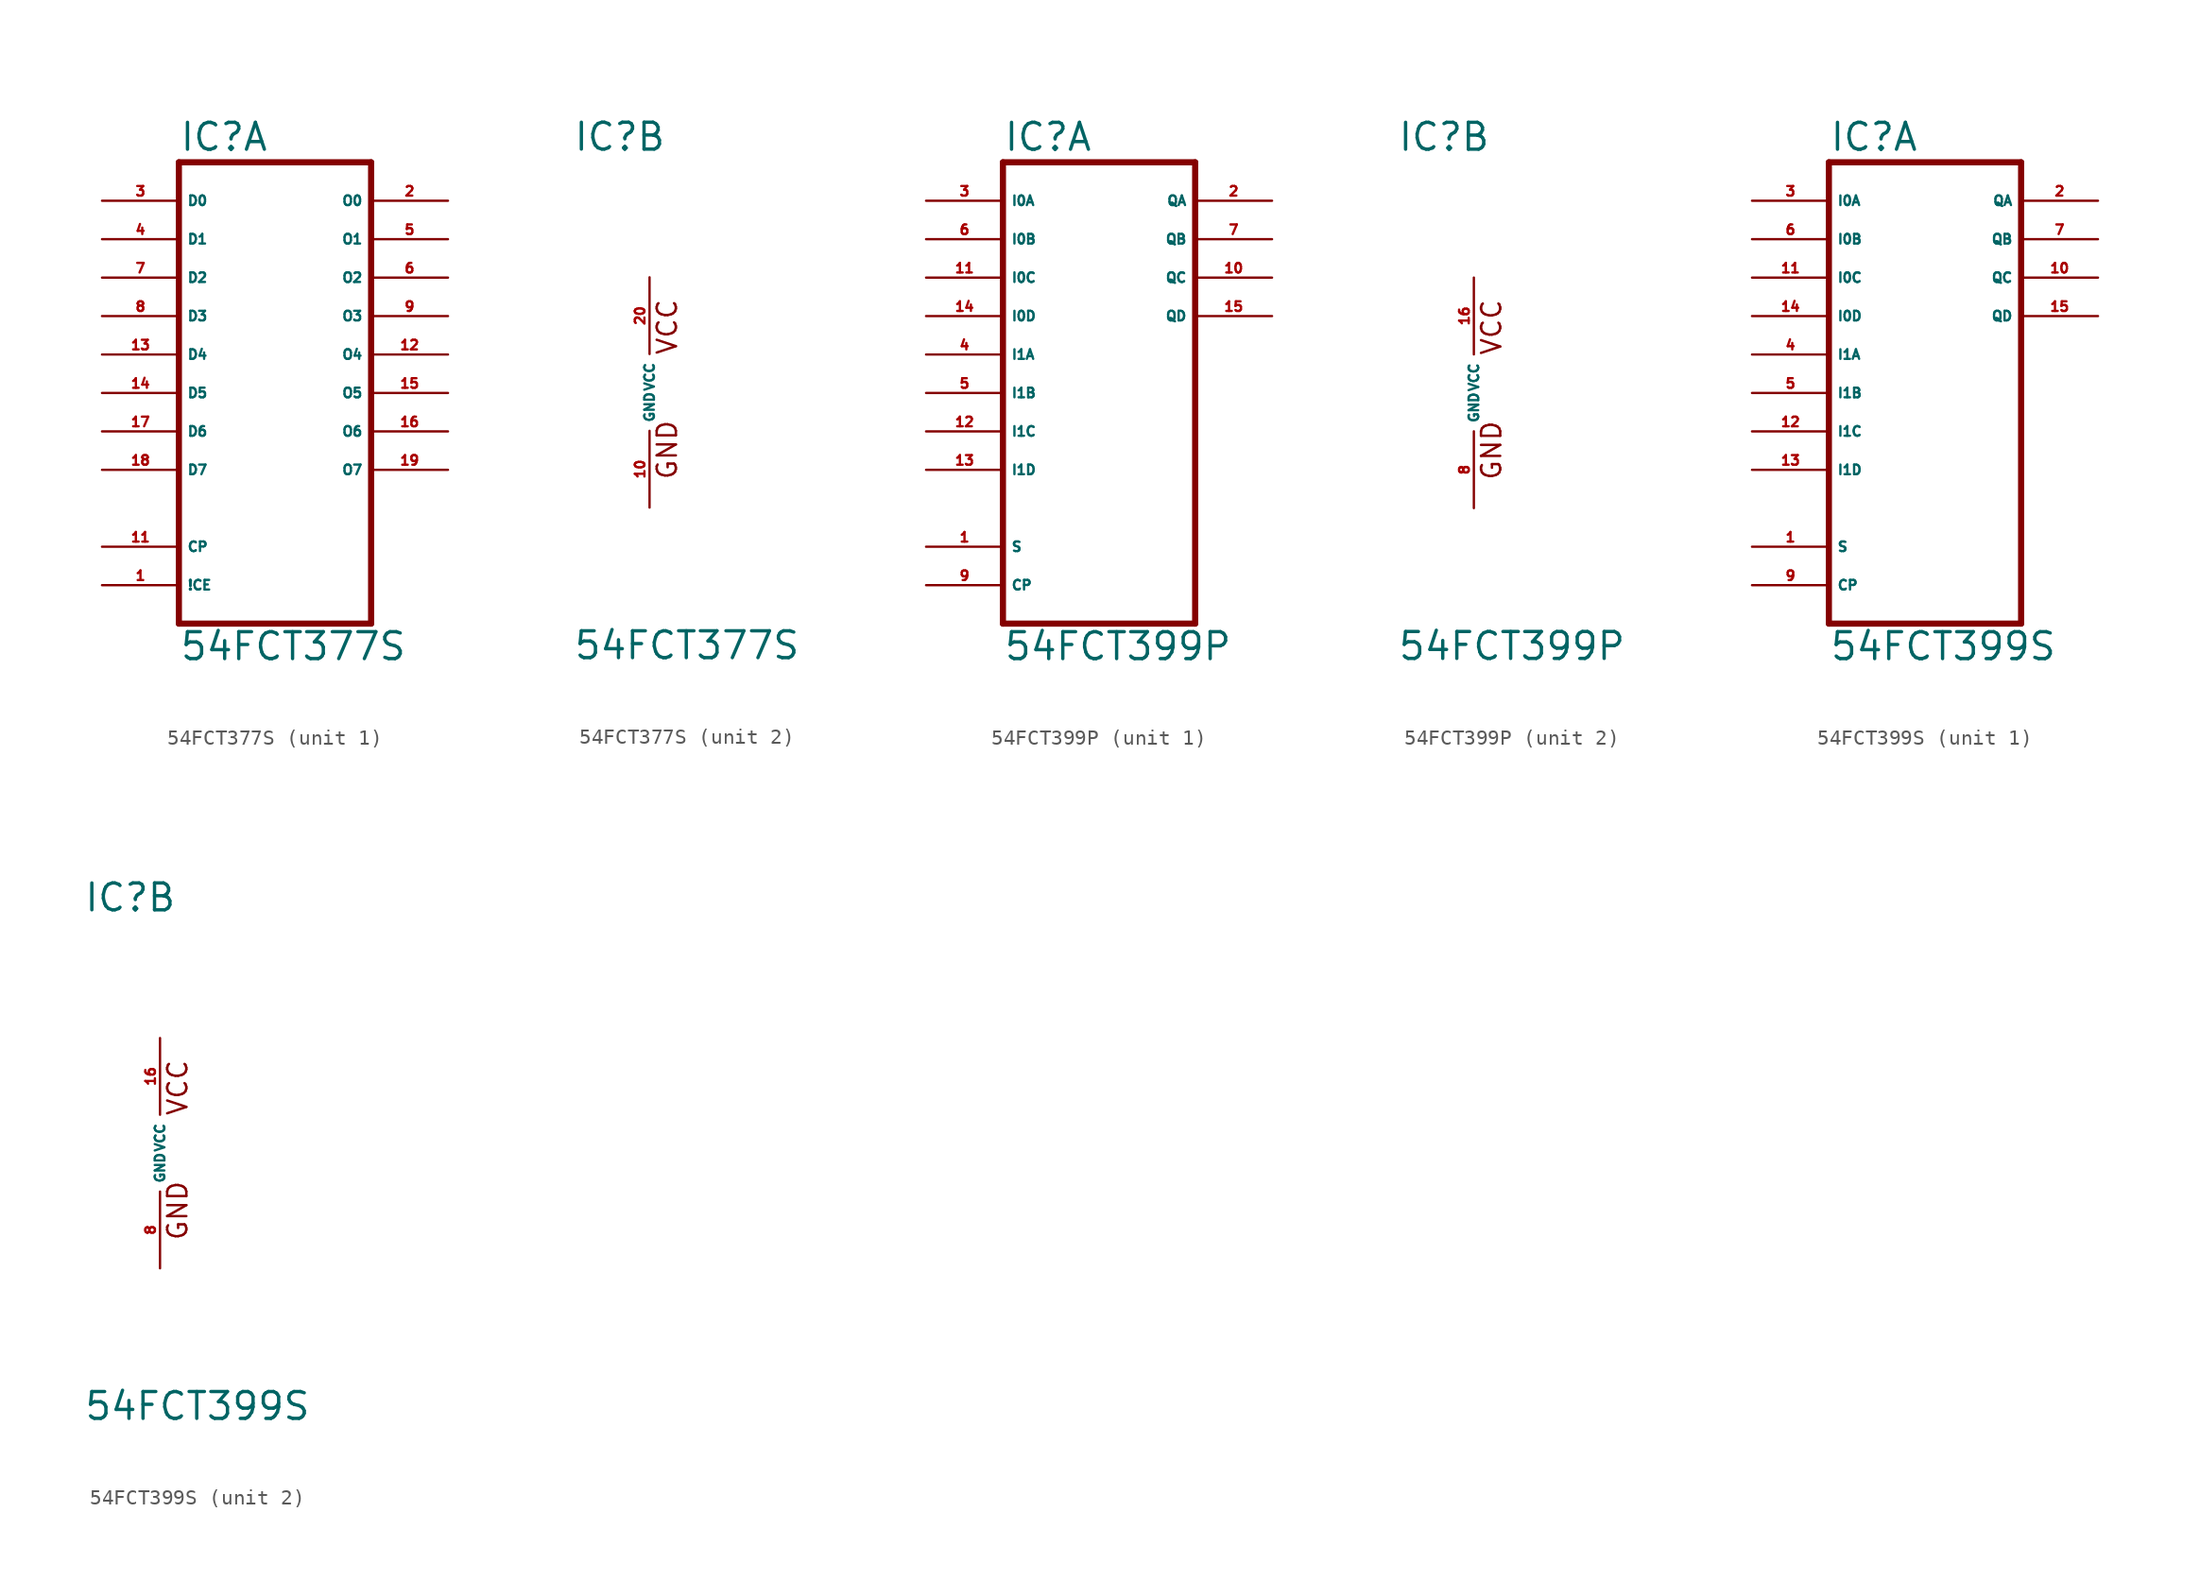
<source format=kicad_sym>
(kicad_symbol_lib
  (version 20220914)
  (generator Eagle2Kicad)
  (symbol "54FCT377S"
    (property "Reference" "IC"
      (at -5.08 15.875 0)
      (effects (font (size 1.778 1.778) (thickness 0.22)) (justify left bottom)))
    (property "Value" "54FCT377S"
      (at -5.08 -17.78 0)
      (effects (font (size 1.778 1.778) (thickness 0.22)) (justify left bottom)))
    (symbol "54FCT377S_1_0"
      (polyline (pts (xy -5.08 -15.24) (xy 7.62 -15.24)) (stroke (width 0.406) (type default)) (fill (type none)))
      (polyline (pts (xy 7.62 -15.24) (xy 7.62 15.24)) (stroke (width 0.406) (type default)) (fill (type none)))
      (polyline (pts (xy 7.62 15.24) (xy -5.08 15.24)) (stroke (width 0.406) (type default)) (fill (type none)))
      (polyline (pts (xy -5.08 15.24) (xy -5.08 -15.24)) (stroke (width 0.406) (type default)) (fill (type none)))
      (pin input line (at -10.16 12.7 0) (length 5.08) (name "D0" (effects (font (size 0.635 0.635) (thickness 0.08)) (justify left bottom))) (number "3" (effects (font (size 0.635 0.635) (thickness 0.08)) (justify left bottom))))
      (pin input line (at -10.16 10.16 0) (length 5.08) (name "D1" (effects (font (size 0.635 0.635) (thickness 0.08)) (justify left bottom))) (number "4" (effects (font (size 0.635 0.635) (thickness 0.08)) (justify left bottom))))
      (pin input line (at -10.16 7.62 0) (length 5.08) (name "D2" (effects (font (size 0.635 0.635) (thickness 0.08)) (justify left bottom))) (number "7" (effects (font (size 0.635 0.635) (thickness 0.08)) (justify left bottom))))
      (pin input line (at -10.16 5.08 0) (length 5.08) (name "D3" (effects (font (size 0.635 0.635) (thickness 0.08)) (justify left bottom))) (number "8" (effects (font (size 0.635 0.635) (thickness 0.08)) (justify left bottom))))
      (pin input line (at -10.16 2.54 0) (length 5.08) (name "D4" (effects (font (size 0.635 0.635) (thickness 0.08)) (justify left bottom))) (number "13" (effects (font (size 0.635 0.635) (thickness 0.08)) (justify left bottom))))
      (pin input line (at -10.16 0 0) (length 5.08) (name "D5" (effects (font (size 0.635 0.635) (thickness 0.08)) (justify left bottom))) (number "14" (effects (font (size 0.635 0.635) (thickness 0.08)) (justify left bottom))))
      (pin input line (at -10.16 -2.54 0) (length 5.08) (name "D6" (effects (font (size 0.635 0.635) (thickness 0.08)) (justify left bottom))) (number "17" (effects (font (size 0.635 0.635) (thickness 0.08)) (justify left bottom))))
      (pin input line (at -10.16 -5.08 0) (length 5.08) (name "D7" (effects (font (size 0.635 0.635) (thickness 0.08)) (justify left bottom))) (number "18" (effects (font (size 0.635 0.635) (thickness 0.08)) (justify left bottom))))
      (pin input line (at -10.16 -10.16 0) (length 5.08) (name "CP" (effects (font (size 0.635 0.635) (thickness 0.08)) (justify left bottom))) (number "11" (effects (font (size 0.635 0.635) (thickness 0.08)) (justify left bottom))))
      (pin input line (at -10.16 -12.7 0) (length 5.08) (name "!CE" (effects (font (size 0.635 0.635) (thickness 0.08)) (justify left bottom))) (number "1" (effects (font (size 0.635 0.635) (thickness 0.08)) (justify left bottom))))
      (pin output line (at 12.7 12.7 180) (length 5.08) (name "O0" (effects (font (size 0.635 0.635) (thickness 0.08)) (justify left bottom))) (number "2" (effects (font (size 0.635 0.635) (thickness 0.08)) (justify left bottom))))
      (pin output line (at 12.7 10.16 180) (length 5.08) (name "O1" (effects (font (size 0.635 0.635) (thickness 0.08)) (justify left bottom))) (number "5" (effects (font (size 0.635 0.635) (thickness 0.08)) (justify left bottom))))
      (pin output line (at 12.7 7.62 180) (length 5.08) (name "O2" (effects (font (size 0.635 0.635) (thickness 0.08)) (justify left bottom))) (number "6" (effects (font (size 0.635 0.635) (thickness 0.08)) (justify left bottom))))
      (pin output line (at 12.7 5.08 180) (length 5.08) (name "O3" (effects (font (size 0.635 0.635) (thickness 0.08)) (justify left bottom))) (number "9" (effects (font (size 0.635 0.635) (thickness 0.08)) (justify left bottom))))
      (pin output line (at 12.7 2.54 180) (length 5.08) (name "O4" (effects (font (size 0.635 0.635) (thickness 0.08)) (justify left bottom))) (number "12" (effects (font (size 0.635 0.635) (thickness 0.08)) (justify left bottom))))
      (pin output line (at 12.7 0 180) (length 5.08) (name "O5" (effects (font (size 0.635 0.635) (thickness 0.08)) (justify left bottom))) (number "15" (effects (font (size 0.635 0.635) (thickness 0.08)) (justify left bottom))))
      (pin output line (at 12.7 -2.54 180) (length 5.08) (name "O6" (effects (font (size 0.635 0.635) (thickness 0.08)) (justify left bottom))) (number "16" (effects (font (size 0.635 0.635) (thickness 0.08)) (justify left bottom))))
      (pin output line (at 12.7 -5.08 180) (length 5.08) (name "O7" (effects (font (size 0.635 0.635) (thickness 0.08)) (justify left bottom))) (number "19" (effects (font (size 0.635 0.635) (thickness 0.08)) (justify left bottom)))))
    (symbol "54FCT377S_2_0"
      (text "GND" (at 1.905 -5.842 900) (effects (font (size 1.27 1.27) (thickness 0.16)) (justify left bottom)))
      (text "VCC" (at 1.905 2.413 900) (effects (font (size 1.27 1.27) (thickness 0.16)) (justify left bottom)))
      (pin unspecified line (at 0 7.62 270) (length 5.08) (name "VCC" (effects (font (size 0.635 0.635) (thickness 0.08)) (justify left bottom))) (number "20" (effects (font (size 0.635 0.635) (thickness 0.08)) (justify left bottom))))
      (pin unspecified line (at 0 -7.62 90) (length 5.08) (name "GND" (effects (font (size 0.635 0.635) (thickness 0.08)) (justify left bottom))) (number "10" (effects (font (size 0.635 0.635) (thickness 0.08)) (justify left bottom))))))
  (symbol "54FCT399P"
    (property "Reference" "IC"
      (at -5.08 15.875 0)
      (effects (font (size 1.778 1.778) (thickness 0.22)) (justify left bottom)))
    (property "Value" "54FCT399P"
      (at -5.08 -17.78 0)
      (effects (font (size 1.778 1.778) (thickness 0.22)) (justify left bottom)))
    (symbol "54FCT399P_1_0"
      (polyline (pts (xy -5.08 -15.24) (xy 7.62 -15.24)) (stroke (width 0.406) (type default)) (fill (type none)))
      (polyline (pts (xy 7.62 -15.24) (xy 7.62 15.24)) (stroke (width 0.406) (type default)) (fill (type none)))
      (polyline (pts (xy 7.62 15.24) (xy -5.08 15.24)) (stroke (width 0.406) (type default)) (fill (type none)))
      (polyline (pts (xy -5.08 15.24) (xy -5.08 -15.24)) (stroke (width 0.406) (type default)) (fill (type none)))
      (pin input line (at -10.16 12.7 0) (length 5.08) (name "I0A" (effects (font (size 0.635 0.635) (thickness 0.08)) (justify left bottom))) (number "3" (effects (font (size 0.635 0.635) (thickness 0.08)) (justify left bottom))))
      (pin input line (at -10.16 10.16 0) (length 5.08) (name "I0B" (effects (font (size 0.635 0.635) (thickness 0.08)) (justify left bottom))) (number "6" (effects (font (size 0.635 0.635) (thickness 0.08)) (justify left bottom))))
      (pin input line (at -10.16 7.62 0) (length 5.08) (name "I0C" (effects (font (size 0.635 0.635) (thickness 0.08)) (justify left bottom))) (number "11" (effects (font (size 0.635 0.635) (thickness 0.08)) (justify left bottom))))
      (pin input line (at -10.16 5.08 0) (length 5.08) (name "I0D" (effects (font (size 0.635 0.635) (thickness 0.08)) (justify left bottom))) (number "14" (effects (font (size 0.635 0.635) (thickness 0.08)) (justify left bottom))))
      (pin input line (at -10.16 2.54 0) (length 5.08) (name "I1A" (effects (font (size 0.635 0.635) (thickness 0.08)) (justify left bottom))) (number "4" (effects (font (size 0.635 0.635) (thickness 0.08)) (justify left bottom))))
      (pin input line (at -10.16 0 0) (length 5.08) (name "I1B" (effects (font (size 0.635 0.635) (thickness 0.08)) (justify left bottom))) (number "5" (effects (font (size 0.635 0.635) (thickness 0.08)) (justify left bottom))))
      (pin input line (at -10.16 -2.54 0) (length 5.08) (name "I1C" (effects (font (size 0.635 0.635) (thickness 0.08)) (justify left bottom))) (number "12" (effects (font (size 0.635 0.635) (thickness 0.08)) (justify left bottom))))
      (pin input line (at -10.16 -5.08 0) (length 5.08) (name "I1D" (effects (font (size 0.635 0.635) (thickness 0.08)) (justify left bottom))) (number "13" (effects (font (size 0.635 0.635) (thickness 0.08)) (justify left bottom))))
      (pin input line (at -10.16 -10.16 0) (length 5.08) (name "S" (effects (font (size 0.635 0.635) (thickness 0.08)) (justify left bottom))) (number "1" (effects (font (size 0.635 0.635) (thickness 0.08)) (justify left bottom))))
      (pin input line (at -10.16 -12.7 0) (length 5.08) (name "CP" (effects (font (size 0.635 0.635) (thickness 0.08)) (justify left bottom))) (number "9" (effects (font (size 0.635 0.635) (thickness 0.08)) (justify left bottom))))
      (pin output line (at 12.7 12.7 180) (length 5.08) (name "QA" (effects (font (size 0.635 0.635) (thickness 0.08)) (justify left bottom))) (number "2" (effects (font (size 0.635 0.635) (thickness 0.08)) (justify left bottom))))
      (pin output line (at 12.7 10.16 180) (length 5.08) (name "QB" (effects (font (size 0.635 0.635) (thickness 0.08)) (justify left bottom))) (number "7" (effects (font (size 0.635 0.635) (thickness 0.08)) (justify left bottom))))
      (pin output line (at 12.7 7.62 180) (length 5.08) (name "QC" (effects (font (size 0.635 0.635) (thickness 0.08)) (justify left bottom))) (number "10" (effects (font (size 0.635 0.635) (thickness 0.08)) (justify left bottom))))
      (pin output line (at 12.7 5.08 180) (length 5.08) (name "QD" (effects (font (size 0.635 0.635) (thickness 0.08)) (justify left bottom))) (number "15" (effects (font (size 0.635 0.635) (thickness 0.08)) (justify left bottom)))))
    (symbol "54FCT399P_2_0"
      (text "GND" (at 1.905 -5.842 900) (effects (font (size 1.27 1.27) (thickness 0.16)) (justify left bottom)))
      (text "VCC" (at 1.905 2.413 900) (effects (font (size 1.27 1.27) (thickness 0.16)) (justify left bottom)))
      (pin unspecified line (at 0 7.62 270) (length 5.08) (name "VCC" (effects (font (size 0.635 0.635) (thickness 0.08)) (justify left bottom))) (number "16" (effects (font (size 0.635 0.635) (thickness 0.08)) (justify left bottom))))
      (pin unspecified line (at 0 -7.62 90) (length 5.08) (name "GND" (effects (font (size 0.635 0.635) (thickness 0.08)) (justify left bottom))) (number "8" (effects (font (size 0.635 0.635) (thickness 0.08)) (justify left bottom))))))
  (symbol "54FCT399S"
    (property "Reference" "IC"
      (at -5.08 15.875 0)
      (effects (font (size 1.778 1.778) (thickness 0.22)) (justify left bottom)))
    (property "Value" "54FCT399S"
      (at -5.08 -17.78 0)
      (effects (font (size 1.778 1.778) (thickness 0.22)) (justify left bottom)))
    (symbol "54FCT399S_1_0"
      (polyline (pts (xy -5.08 -15.24) (xy 7.62 -15.24)) (stroke (width 0.406) (type default)) (fill (type none)))
      (polyline (pts (xy 7.62 -15.24) (xy 7.62 15.24)) (stroke (width 0.406) (type default)) (fill (type none)))
      (polyline (pts (xy 7.62 15.24) (xy -5.08 15.24)) (stroke (width 0.406) (type default)) (fill (type none)))
      (polyline (pts (xy -5.08 15.24) (xy -5.08 -15.24)) (stroke (width 0.406) (type default)) (fill (type none)))
      (pin input line (at -10.16 12.7 0) (length 5.08) (name "I0A" (effects (font (size 0.635 0.635) (thickness 0.08)) (justify left bottom))) (number "3" (effects (font (size 0.635 0.635) (thickness 0.08)) (justify left bottom))))
      (pin input line (at -10.16 10.16 0) (length 5.08) (name "I0B" (effects (font (size 0.635 0.635) (thickness 0.08)) (justify left bottom))) (number "6" (effects (font (size 0.635 0.635) (thickness 0.08)) (justify left bottom))))
      (pin input line (at -10.16 7.62 0) (length 5.08) (name "I0C" (effects (font (size 0.635 0.635) (thickness 0.08)) (justify left bottom))) (number "11" (effects (font (size 0.635 0.635) (thickness 0.08)) (justify left bottom))))
      (pin input line (at -10.16 5.08 0) (length 5.08) (name "I0D" (effects (font (size 0.635 0.635) (thickness 0.08)) (justify left bottom))) (number "14" (effects (font (size 0.635 0.635) (thickness 0.08)) (justify left bottom))))
      (pin input line (at -10.16 2.54 0) (length 5.08) (name "I1A" (effects (font (size 0.635 0.635) (thickness 0.08)) (justify left bottom))) (number "4" (effects (font (size 0.635 0.635) (thickness 0.08)) (justify left bottom))))
      (pin input line (at -10.16 0 0) (length 5.08) (name "I1B" (effects (font (size 0.635 0.635) (thickness 0.08)) (justify left bottom))) (number "5" (effects (font (size 0.635 0.635) (thickness 0.08)) (justify left bottom))))
      (pin input line (at -10.16 -2.54 0) (length 5.08) (name "I1C" (effects (font (size 0.635 0.635) (thickness 0.08)) (justify left bottom))) (number "12" (effects (font (size 0.635 0.635) (thickness 0.08)) (justify left bottom))))
      (pin input line (at -10.16 -5.08 0) (length 5.08) (name "I1D" (effects (font (size 0.635 0.635) (thickness 0.08)) (justify left bottom))) (number "13" (effects (font (size 0.635 0.635) (thickness 0.08)) (justify left bottom))))
      (pin input line (at -10.16 -10.16 0) (length 5.08) (name "S" (effects (font (size 0.635 0.635) (thickness 0.08)) (justify left bottom))) (number "1" (effects (font (size 0.635 0.635) (thickness 0.08)) (justify left bottom))))
      (pin input line (at -10.16 -12.7 0) (length 5.08) (name "CP" (effects (font (size 0.635 0.635) (thickness 0.08)) (justify left bottom))) (number "9" (effects (font (size 0.635 0.635) (thickness 0.08)) (justify left bottom))))
      (pin output line (at 12.7 12.7 180) (length 5.08) (name "QA" (effects (font (size 0.635 0.635) (thickness 0.08)) (justify left bottom))) (number "2" (effects (font (size 0.635 0.635) (thickness 0.08)) (justify left bottom))))
      (pin output line (at 12.7 10.16 180) (length 5.08) (name "QB" (effects (font (size 0.635 0.635) (thickness 0.08)) (justify left bottom))) (number "7" (effects (font (size 0.635 0.635) (thickness 0.08)) (justify left bottom))))
      (pin output line (at 12.7 7.62 180) (length 5.08) (name "QC" (effects (font (size 0.635 0.635) (thickness 0.08)) (justify left bottom))) (number "10" (effects (font (size 0.635 0.635) (thickness 0.08)) (justify left bottom))))
      (pin output line (at 12.7 5.08 180) (length 5.08) (name "QD" (effects (font (size 0.635 0.635) (thickness 0.08)) (justify left bottom))) (number "15" (effects (font (size 0.635 0.635) (thickness 0.08)) (justify left bottom)))))
    (symbol "54FCT399S_2_0"
      (text "GND" (at 1.905 -5.842 900) (effects (font (size 1.27 1.27) (thickness 0.16)) (justify left bottom)))
      (text "VCC" (at 1.905 2.413 900) (effects (font (size 1.27 1.27) (thickness 0.16)) (justify left bottom)))
      (pin unspecified line (at 0 7.62 270) (length 5.08) (name "VCC" (effects (font (size 0.635 0.635) (thickness 0.08)) (justify left bottom))) (number "16" (effects (font (size 0.635 0.635) (thickness 0.08)) (justify left bottom))))
      (pin unspecified line (at 0 -7.62 90) (length 5.08) (name "GND" (effects (font (size 0.635 0.635) (thickness 0.08)) (justify left bottom))) (number "8" (effects (font (size 0.635 0.635) (thickness 0.08)) (justify left bottom)))))))
</source>
